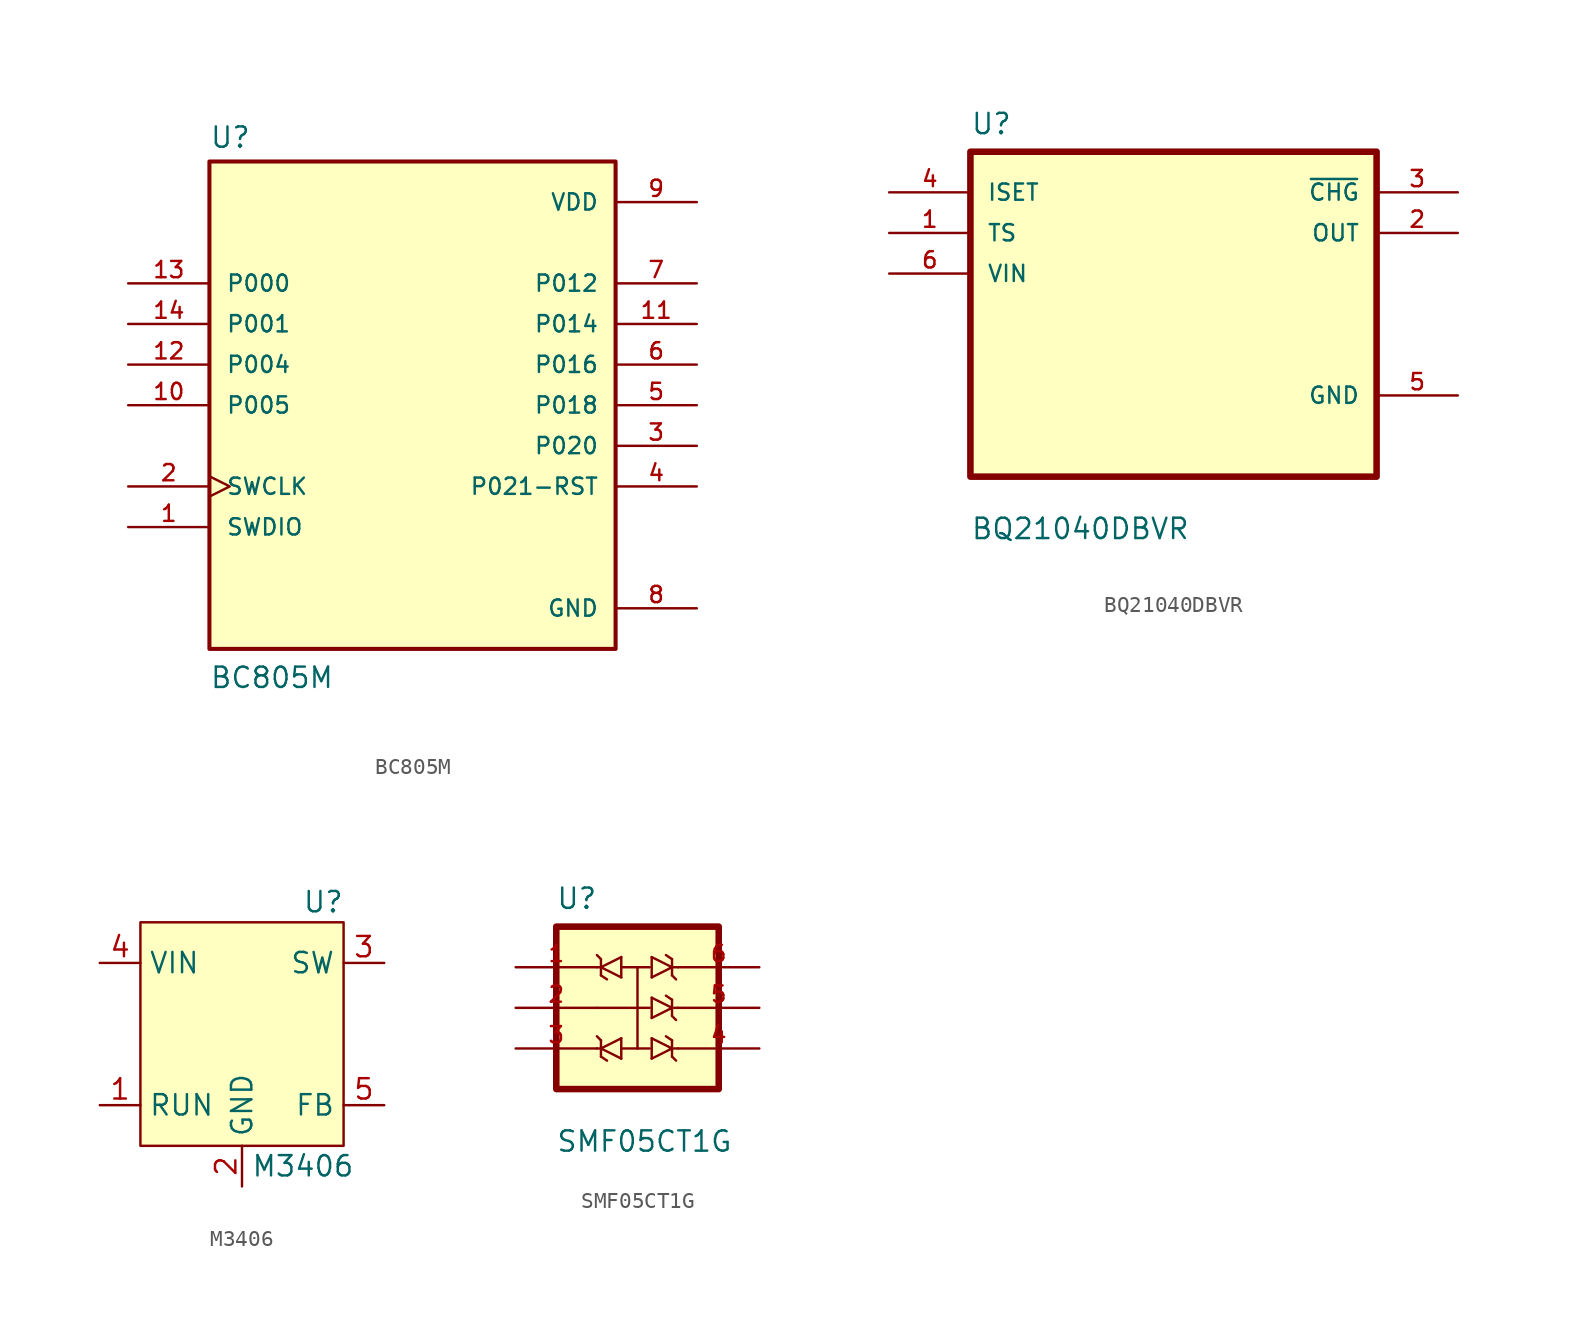
<source format=kicad_sym>
(kicad_symbol_lib
  (version 20220914)
  (generator kicad_symbol_editor)
  (symbol "BC805M"
    (pin_names
      (offset 1.016))
    (property "Reference" "U"
      (at -12.7 16.002 0)
      (effects (font (size 1.27 1.27)) (justify left bottom)))
    (property "Value" "BC805M"
      (at -12.7 -17.78 0)
      (effects (font (size 1.27 1.27)) (justify left bottom)))
    (symbol "BC805M_0_0"
      (rectangle (start -12.7 -15.24) (end 12.7 15.24) (stroke (width 0.254) (type default)) (fill (type background)))
      (pin bidirectional line (at -17.78 -7.62 0) (length 5.08) (name "SWDIO" (effects (font (size 1.016 1.016)))) (number "1" (effects (font (size 1.016 1.016)))))
      (pin bidirectional line (at -17.78 0 0) (length 5.08) (name "P005" (effects (font (size 1.016 1.016)))) (number "10" (effects (font (size 1.016 1.016)))))
      (pin bidirectional line (at 17.78 5.08 180) (length 5.08) (name "P014" (effects (font (size 1.016 1.016)))) (number "11" (effects (font (size 1.016 1.016)))))
      (pin bidirectional line (at -17.78 2.54 0) (length 5.08) (name "P004" (effects (font (size 1.016 1.016)))) (number "12" (effects (font (size 1.016 1.016)))))
      (pin bidirectional line (at -17.78 7.62 0) (length 5.08) (name "P000" (effects (font (size 1.016 1.016)))) (number "13" (effects (font (size 1.016 1.016)))))
      (pin bidirectional line (at -17.78 5.08 0) (length 5.08) (name "P001" (effects (font (size 1.016 1.016)))) (number "14" (effects (font (size 1.016 1.016)))))
      (pin input clock (at -17.78 -5.08 0) (length 5.08) (name "SWCLK" (effects (font (size 1.016 1.016)))) (number "2" (effects (font (size 1.016 1.016)))))
      (pin bidirectional line (at 17.78 -2.54 180) (length 5.08) (name "P020" (effects (font (size 1.016 1.016)))) (number "3" (effects (font (size 1.016 1.016)))))
      (pin bidirectional line (at 17.78 -5.08 180) (length 5.08) (name "P021-RST" (effects (font (size 1.016 1.016)))) (number "4" (effects (font (size 1.016 1.016)))))
      (pin bidirectional line (at 17.78 0 180) (length 5.08) (name "P018" (effects (font (size 1.016 1.016)))) (number "5" (effects (font (size 1.016 1.016)))))
      (pin bidirectional line (at 17.78 2.54 180) (length 5.08) (name "P016" (effects (font (size 1.016 1.016)))) (number "6" (effects (font (size 1.016 1.016)))))
      (pin bidirectional line (at 17.78 7.62 180) (length 5.08) (name "P012" (effects (font (size 1.016 1.016)))) (number "7" (effects (font (size 1.016 1.016)))))
      (pin power_in line (at 17.78 -12.7 180) (length 5.08) (name "GND" (effects (font (size 1.016 1.016)))) (number "8" (effects (font (size 1.016 1.016)))))
      (pin power_in line (at 17.78 12.7 180) (length 5.08) (name "VDD" (effects (font (size 1.016 1.016)))) (number "9" (effects (font (size 1.016 1.016)))))))
  (symbol "BQ21040DBVR"
    (pin_names
      (offset 1.016))
    (property "Reference" "U"
      (at -12.7 11.16 0)
      (effects (font (size 1.27 1.27)) (justify left bottom)))
    (property "Value" "BQ21040DBVR"
      (at -12.7 -14.16 0)
      (effects (font (size 1.27 1.27)) (justify left bottom)))
    (symbol "BQ21040DBVR_0_0"
      (rectangle (start -12.7 -10.16) (end 12.7 10.16) (stroke (width 0.41) (type default)) (fill (type background)))
      (pin input line (at -17.78 5.08 0) (length 5.08) (name "TS" (effects (font (size 1.016 1.016)))) (number "1" (effects (font (size 1.016 1.016)))))
      (pin output line (at 17.78 7.62 180) (length 5.08) (name "~{CHG}" (effects (font (size 1.016 1.016)))) (number "3" (effects (font (size 1.016 1.016)))))
      (pin input line (at -17.78 7.62 0) (length 5.08) (name "ISET" (effects (font (size 1.016 1.016)))) (number "4" (effects (font (size 1.016 1.016)))))
      (pin power_in line (at 17.78 -5.08 180) (length 5.08) (name "GND" (effects (font (size 1.016 1.016)))) (number "5" (effects (font (size 1.016 1.016)))))
      (pin input line (at -17.78 2.54 0) (length 5.08) (name "VIN" (effects (font (size 1.016 1.016)))) (number "6" (effects (font (size 1.016 1.016))))))
    (symbol "BQ21040DBVR_1_0"
      (pin power_out line (at 17.78 5.08 180) (length 5.08) (name "OUT" (effects (font (size 1.016 1.016)))) (number "2" (effects (font (size 1.016 1.016)))))))
  (symbol "M3406"
    (property "Reference" "U"
      (at 5.08 0 0)
      (effects (font (size 1.27 1.27))))
    (property "Value" "M3406"
      (at 3.81 -16.51 0)
      (effects (font (size 1.27 1.27))))
    (symbol "M3406_1_1"
      (rectangle (start -6.35 -1.27) (end 6.35 -15.24) (stroke (width 0) (type default)) (fill (type background)))
      (pin power_in line (at -8.89 -12.7 0) (length 2.54) (name "RUN" (effects (font (size 1.27 1.27)))) (number "1" (effects (font (size 1.27 1.27)))))
      (pin power_in line (at 0 -17.78 90) (length 2.54) (name "GND" (effects (font (size 1.27 1.27)))) (number "2" (effects (font (size 1.27 1.27)))))
      (pin power_out line (at 8.89 -3.81 180) (length 2.54) (name "SW" (effects (font (size 1.27 1.27)))) (number "3" (effects (font (size 1.27 1.27)))))
      (pin power_in line (at -8.89 -3.81 0) (length 2.54) (name "VIN" (effects (font (size 1.27 1.27)))) (number "4" (effects (font (size 1.27 1.27)))))
      (pin input line (at 8.89 -12.7 180) (length 2.54) (name "FB" (effects (font (size 1.27 1.27)))) (number "5" (effects (font (size 1.27 1.27)))))))
  (symbol "SMF05CT1G"
    (pin_names
      (offset 1.016))
    (property "Reference" "U"
      (at -5.111 6.091 0)
      (effects (font (size 1.27 1.27)) (justify left bottom)))
    (property "Value" "SMF05CT1G"
      (at -5.112 -9.096 0)
      (effects (font (size 1.27 1.27)) (justify left bottom)))
    (symbol "SMF05CT1G_0_0"
      (rectangle (start -5.08 -5.08) (end 5.08 5.08) (stroke (width 0.41) (type default)) (fill (type background)))
      (polyline (pts (xy -2.54 -1.778) (xy -2.286 -2.032)) (stroke (width 0.152) (type default)) (fill (type none)))
      (polyline (pts (xy -2.54 3.302) (xy -2.286 3.048)) (stroke (width 0.152) (type default)) (fill (type none)))
      (polyline (pts (xy -2.286 -3.048) (xy -1.905 -3.302)) (stroke (width 0.152) (type default)) (fill (type none)))
      (polyline (pts (xy -2.286 -2.54) (xy -2.54 -2.54)) (stroke (width 0.152) (type default)) (fill (type none)))
      (polyline (pts (xy -2.286 -2.54) (xy -2.286 -3.048)) (stroke (width 0.152) (type default)) (fill (type none)))
      (polyline (pts (xy -2.286 -2.54) (xy -1.016 -3.175)) (stroke (width 0.152) (type default)) (fill (type none)))
      (polyline (pts (xy -2.286 -2.032) (xy -2.286 -2.54)) (stroke (width 0.152) (type default)) (fill (type none)))
      (polyline (pts (xy -2.286 2.032) (xy -1.905 1.778)) (stroke (width 0.152) (type default)) (fill (type none)))
      (polyline (pts (xy -2.286 2.54) (xy -2.54 2.54)) (stroke (width 0.152) (type default)) (fill (type none)))
      (polyline (pts (xy -2.286 2.54) (xy -2.286 2.032)) (stroke (width 0.152) (type default)) (fill (type none)))
      (polyline (pts (xy -2.286 2.54) (xy -1.016 1.905)) (stroke (width 0.152) (type default)) (fill (type none)))
      (polyline (pts (xy -2.286 3.048) (xy -2.286 2.54)) (stroke (width 0.152) (type default)) (fill (type none)))
      (polyline (pts (xy -1.016 -3.175) (xy -1.016 -2.54)) (stroke (width 0.152) (type default)) (fill (type none)))
      (polyline (pts (xy -1.016 -2.54) (xy -1.016 -1.905)) (stroke (width 0.152) (type default)) (fill (type none)))
      (polyline (pts (xy -1.016 -2.54) (xy 0 -2.54)) (stroke (width 0.152) (type default)) (fill (type none)))
      (polyline (pts (xy -1.016 -1.905) (xy -2.286 -2.54)) (stroke (width 0.152) (type default)) (fill (type none)))
      (polyline (pts (xy -1.016 1.905) (xy -1.016 2.54)) (stroke (width 0.152) (type default)) (fill (type none)))
      (polyline (pts (xy -1.016 2.54) (xy -1.016 3.175)) (stroke (width 0.152) (type default)) (fill (type none)))
      (polyline (pts (xy -1.016 2.54) (xy 0 2.54)) (stroke (width 0.152) (type default)) (fill (type none)))
      (polyline (pts (xy -1.016 3.175) (xy -2.286 2.54)) (stroke (width 0.152) (type default)) (fill (type none)))
      (polyline (pts (xy 0 -2.54) (xy 0.762 -2.54)) (stroke (width 0.152) (type default)) (fill (type none)))
      (polyline (pts (xy 0 0) (xy -2.54 0)) (stroke (width 0.152) (type default)) (fill (type none)))
      (polyline (pts (xy 0 0) (xy 0 -2.54)) (stroke (width 0.152) (type default)) (fill (type none)))
      (polyline (pts (xy 0 2.54) (xy 0 0)) (stroke (width 0.152) (type default)) (fill (type none)))
      (polyline (pts (xy 0 2.54) (xy 0.762 2.54)) (stroke (width 0.152) (type default)) (fill (type none)))
      (polyline (pts (xy 0.762 0) (xy 0 0)) (stroke (width 0.152) (type default)) (fill (type none)))
      (polyline (pts (xy 0.889 -3.175) (xy 2.159 -2.54)) (stroke (width 0.152) (type default)) (fill (type none)))
      (polyline (pts (xy 0.889 -1.905) (xy 0.889 -3.175)) (stroke (width 0.152) (type default)) (fill (type none)))
      (polyline (pts (xy 0.889 -0.635) (xy 2.159 0)) (stroke (width 0.152) (type default)) (fill (type none)))
      (polyline (pts (xy 0.889 0.635) (xy 0.889 -0.635)) (stroke (width 0.152) (type default)) (fill (type none)))
      (polyline (pts (xy 0.889 1.905) (xy 2.159 2.54)) (stroke (width 0.152) (type default)) (fill (type none)))
      (polyline (pts (xy 0.889 3.175) (xy 0.889 1.905)) (stroke (width 0.152) (type default)) (fill (type none)))
      (polyline (pts (xy 2.032 -2.54) (xy 2.54 -2.54)) (stroke (width 0.152) (type default)) (fill (type none)))
      (polyline (pts (xy 2.032 2.54) (xy 2.54 2.54)) (stroke (width 0.152) (type default)) (fill (type none)))
      (polyline (pts (xy 2.159 -3.048) (xy 2.159 -2.032)) (stroke (width 0.152) (type default)) (fill (type none)))
      (polyline (pts (xy 2.159 -2.54) (xy 0.889 -1.905)) (stroke (width 0.152) (type default)) (fill (type none)))
      (polyline (pts (xy 2.159 -2.032) (xy 1.778 -1.778)) (stroke (width 0.152) (type default)) (fill (type none)))
      (polyline (pts (xy 2.159 -0.508) (xy 2.159 0.508)) (stroke (width 0.152) (type default)) (fill (type none)))
      (polyline (pts (xy 2.159 0) (xy 0.889 0.635)) (stroke (width 0.152) (type default)) (fill (type none)))
      (polyline (pts (xy 2.159 0.508) (xy 1.778 0.762)) (stroke (width 0.152) (type default)) (fill (type none)))
      (polyline (pts (xy 2.159 2.032) (xy 2.159 3.048)) (stroke (width 0.152) (type default)) (fill (type none)))
      (polyline (pts (xy 2.159 2.54) (xy 0.889 3.175)) (stroke (width 0.152) (type default)) (fill (type none)))
      (polyline (pts (xy 2.159 3.048) (xy 1.778 3.302)) (stroke (width 0.152) (type default)) (fill (type none)))
      (polyline (pts (xy 2.286 0) (xy 2.54 0)) (stroke (width 0.152) (type default)) (fill (type none)))
      (polyline (pts (xy 2.413 -3.302) (xy 2.159 -3.048)) (stroke (width 0.152) (type default)) (fill (type none)))
      (polyline (pts (xy 2.413 -0.762) (xy 2.159 -0.508)) (stroke (width 0.152) (type default)) (fill (type none)))
      (polyline (pts (xy 2.413 1.778) (xy 2.159 2.032)) (stroke (width 0.152) (type default)) (fill (type none)))
      (pin passive line (at -7.62 2.54 0) (length 5.08) (name "~" (effects (font (size 1.016 1.016)))) (number "1" (effects (font (size 1.016 1.016)))))
      (pin passive line (at -7.62 0 0) (length 5.08) (name "~" (effects (font (size 1.016 1.016)))) (number "2" (effects (font (size 1.016 1.016)))))
      (pin passive line (at -7.62 -2.54 0) (length 5.08) (name "~" (effects (font (size 1.016 1.016)))) (number "3" (effects (font (size 1.016 1.016)))))
      (pin passive line (at 7.62 -2.54 180) (length 5.08) (name "~" (effects (font (size 1.016 1.016)))) (number "4" (effects (font (size 1.016 1.016)))))
      (pin passive line (at 7.62 0 180) (length 5.08) (name "~" (effects (font (size 1.016 1.016)))) (number "5" (effects (font (size 1.016 1.016)))))
      (pin passive line (at 7.62 2.54 180) (length 5.08) (name "~" (effects (font (size 1.016 1.016)))) (number "6" (effects (font (size 1.016 1.016))))))))
</source>
